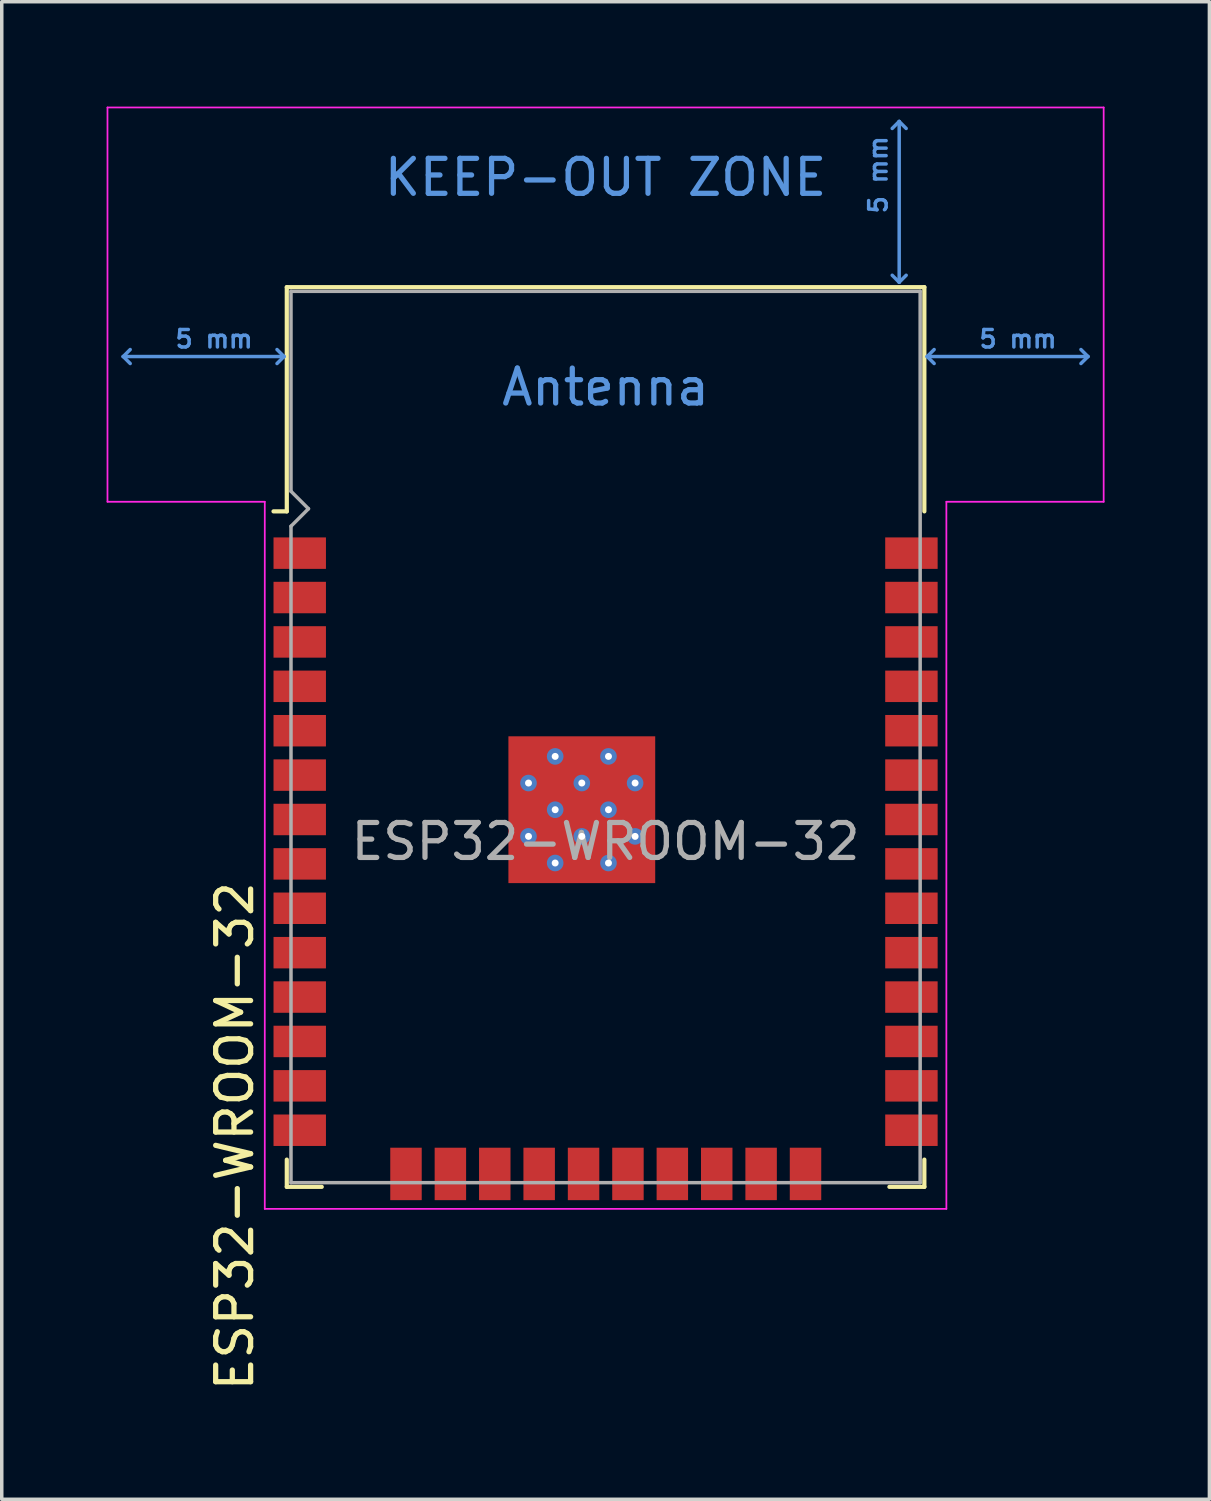
<source format=kicad_pcb>
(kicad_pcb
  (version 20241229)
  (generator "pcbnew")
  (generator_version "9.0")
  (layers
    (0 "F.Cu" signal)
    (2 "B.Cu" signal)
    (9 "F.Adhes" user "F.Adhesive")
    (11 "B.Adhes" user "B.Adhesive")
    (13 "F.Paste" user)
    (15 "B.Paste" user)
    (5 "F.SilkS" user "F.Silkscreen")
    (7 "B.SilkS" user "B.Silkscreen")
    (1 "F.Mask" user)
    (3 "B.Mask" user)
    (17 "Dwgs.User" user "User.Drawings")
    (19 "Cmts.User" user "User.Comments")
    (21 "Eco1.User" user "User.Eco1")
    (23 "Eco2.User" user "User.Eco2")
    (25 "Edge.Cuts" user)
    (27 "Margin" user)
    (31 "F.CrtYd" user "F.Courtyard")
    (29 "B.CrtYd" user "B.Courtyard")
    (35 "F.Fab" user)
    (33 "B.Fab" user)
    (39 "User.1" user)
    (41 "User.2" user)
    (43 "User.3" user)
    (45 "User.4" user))
  (footprint "ESP32-WROOM-32"
    (layer "F.Cu")
    (at 14.275 21.025)
    (property "Reference" "ESP32-WROOM-32" (at -10.61 8.43 90) (layer "F.SilkS") (effects (font (size 1 1) (thickness 0.15))))
    (attr smd)
    (fp_line (start -9.12 -15.86) (end -9.12 -9.445) (stroke (width 0.12) (type solid)) (layer "F.SilkS"))
    (fp_line (start -9.12 -15.86) (end 9.12 -15.86) (stroke (width 0.12) (type solid)) (layer "F.SilkS"))
    (fp_line (start -9.12 -9.445) (end -9.5 -9.445) (stroke (width 0.12) (type solid)) (layer "F.SilkS"))
    (fp_line (start -9.12 9.1) (end -9.12 9.88) (stroke (width 0.12) (type solid)) (layer "F.SilkS"))
    (fp_line (start -9.12 9.88) (end -8.12 9.88) (stroke (width 0.12) (type solid)) (layer "F.SilkS"))
    (fp_line (start 9.12 -15.86) (end 9.12 -9.445) (stroke (width 0.12) (type solid)) (layer "F.SilkS"))
    (fp_line (start 9.12 9.1) (end 9.12 9.88) (stroke (width 0.12) (type solid)) (layer "F.SilkS"))
    (fp_line (start 9.12 9.88) (end 8.12 9.88) (stroke (width 0.12) (type solid)) (layer "F.SilkS"))
    (fp_line (start -13.8 -13.875) (end -13.6 -14.075) (stroke (width 0.1) (type solid)) (layer "Cmts.User"))
    (fp_line (start -13.8 -13.875) (end -13.6 -13.675) (stroke (width 0.1) (type solid)) (layer "Cmts.User"))
    (fp_line (start -13.8 -13.875) (end -9.2 -13.875) (stroke (width 0.1) (type solid)) (layer "Cmts.User"))
    (fp_line (start -9.2 -13.875) (end -9.4 -14.075) (stroke (width 0.1) (type solid)) (layer "Cmts.User"))
    (fp_line (start -9.2 -13.875) (end -9.4 -13.675) (stroke (width 0.1) (type solid)) (layer "Cmts.User"))
    (fp_line (start 8.4 -20.6) (end 8.2 -20.4) (stroke (width 0.1) (type solid)) (layer "Cmts.User"))
    (fp_line (start 8.4 -20.6) (end 8.6 -20.4) (stroke (width 0.1) (type solid)) (layer "Cmts.User"))
    (fp_line (start 8.4 -16) (end 8.2 -16.2) (stroke (width 0.1) (type solid)) (layer "Cmts.User"))
    (fp_line (start 8.4 -16) (end 8.4 -20.6) (stroke (width 0.1) (type solid)) (layer "Cmts.User"))
    (fp_line (start 8.4 -16) (end 8.6 -16.2) (stroke (width 0.1) (type solid)) (layer "Cmts.User"))
    (fp_line (start 9.2 -13.875) (end 9.4 -14.075) (stroke (width 0.1) (type solid)) (layer "Cmts.User"))
    (fp_line (start 9.2 -13.875) (end 9.4 -13.675) (stroke (width 0.1) (type solid)) (layer "Cmts.User"))
    (fp_line (start 9.2 -13.875) (end 13.8 -13.875) (stroke (width 0.1) (type solid)) (layer "Cmts.User"))
    (fp_line (start 13.8 -13.875) (end 13.6 -14.075) (stroke (width 0.1) (type solid)) (layer "Cmts.User"))
    (fp_line (start 13.8 -13.875) (end 13.6 -13.675) (stroke (width 0.1) (type solid)) (layer "Cmts.User"))
    (fp_line (start -14.25 -21) (end -14.25 -9.72) (stroke (width 0.05) (type solid)) (layer "F.CrtYd"))
    (fp_line (start -14.25 -21) (end 14.25 -21) (stroke (width 0.05) (type solid)) (layer "F.CrtYd"))
    (fp_line (start -14.25 -9.72) (end -9.75 -9.72) (stroke (width 0.05) (type solid)) (layer "F.CrtYd"))
    (fp_line (start -9.75 10.51) (end -9.75 -9.72) (stroke (width 0.05) (type solid)) (layer "F.CrtYd"))
    (fp_line (start -9.75 10.51) (end 9.75 10.51) (stroke (width 0.05) (type solid)) (layer "F.CrtYd"))
    (fp_line (start 9.75 -9.72) (end 9.75 10.51) (stroke (width 0.05) (type solid)) (layer "F.CrtYd"))
    (fp_line (start 9.75 -9.72) (end 14.25 -9.72) (stroke (width 0.05) (type solid)) (layer "F.CrtYd"))
    (fp_line (start 14.25 -21) (end 14.25 -9.72) (stroke (width 0.05) (type solid)) (layer "F.CrtYd"))
    (fp_line (start -9 -15.74) (end -9 -10.02) (stroke (width 0.1) (type solid)) (layer "F.Fab"))
    (fp_line (start -9 -15.74) (end 9 -15.74) (stroke (width 0.1) (type solid)) (layer "F.Fab"))
    (fp_line (start -9 -9.02) (end -9 9.76) (stroke (width 0.1) (type solid)) (layer "F.Fab"))
    (fp_line (start -9 -9.02) (end -8.5 -9.52) (stroke (width 0.1) (type solid)) (layer "F.Fab"))
    (fp_line (start -9 9.76) (end 9 9.76) (stroke (width 0.1) (type solid)) (layer "F.Fab"))
    (fp_line (start -8.5 -9.52) (end -9 -10.02) (stroke (width 0.1) (type solid)) (layer "F.Fab"))
    (fp_line (start 9 9.76) (end 9 -15.74) (stroke (width 0.1) (type solid)) (layer "F.Fab"))
    (fp_text user "5 mm" (at 7.8 -19.075 90) (layer "Cmts.User") (effects (font (size 0.5 0.5) (thickness 0.1))))
    (fp_text user "Antenna" (at 0 -13 0) (layer "Cmts.User") (effects (font (size 1 1) (thickness 0.15))))
    (fp_text user "5 mm" (at 11.8 -14.375 0) (layer "Cmts.User") (effects (font (size 0.5 0.5) (thickness 0.1))))
    (fp_text user "KEEP-OUT ZONE" (at 0 -19 0) (layer "Cmts.User") (effects (font (size 1 1) (thickness 0.15))))
    (fp_text user "5 mm" (at -11.2 -14.375 0) (layer "Cmts.User") (effects (font (size 0.5 0.5) (thickness 0.1))))
    (fp_text user "${REFERENCE}" (at 0 0 0) (layer "F.Fab") (effects (font (size 1 1) (thickness 0.15))))
    (pad "1" smd rect (at -8.75 -8.25) (size 1.5 0.9) (layers "F.Cu" "F.Mask" "F.Paste"))
    (pad "2" smd rect (at -8.75 -6.98) (size 1.5 0.9) (layers "F.Cu" "F.Mask" "F.Paste"))
    (pad "3" smd rect (at -8.75 -5.71) (size 1.5 0.9) (layers "F.Cu" "F.Mask" "F.Paste"))
    (pad "4" smd rect (at -8.75 -4.44) (size 1.5 0.9) (layers "F.Cu" "F.Mask" "F.Paste"))
    (pad "5" smd rect (at -8.75 -3.17) (size 1.5 0.9) (layers "F.Cu" "F.Mask" "F.Paste"))
    (pad "6" smd rect (at -8.75 -1.9) (size 1.5 0.9) (layers "F.Cu" "F.Mask" "F.Paste"))
    (pad "7" smd rect (at -8.75 -0.63) (size 1.5 0.9) (layers "F.Cu" "F.Mask" "F.Paste"))
    (pad "8" smd rect (at -8.75 0.64) (size 1.5 0.9) (layers "F.Cu" "F.Mask" "F.Paste"))
    (pad "9" smd rect (at -8.75 1.91) (size 1.5 0.9) (layers "F.Cu" "F.Mask" "F.Paste"))
    (pad "10" smd rect (at -8.75 3.18) (size 1.5 0.9) (layers "F.Cu" "F.Mask" "F.Paste"))
    (pad "11" smd rect (at -8.75 4.45) (size 1.5 0.9) (layers "F.Cu" "F.Mask" "F.Paste"))
    (pad "12" smd rect (at -8.75 5.72) (size 1.5 0.9) (layers "F.Cu" "F.Mask" "F.Paste"))
    (pad "13" smd rect (at -8.75 6.99) (size 1.5 0.9) (layers "F.Cu" "F.Mask" "F.Paste"))
    (pad "14" smd rect (at -8.75 8.26) (size 1.5 0.9) (layers "F.Cu" "F.Mask" "F.Paste"))
    (pad "15" smd rect (at -5.71 9.51 90) (size 1.5 0.9) (layers "F.Cu" "F.Mask" "F.Paste"))
    (pad "16" smd rect (at -4.44 9.51 90) (size 1.5 0.9) (layers "F.Cu" "F.Mask" "F.Paste"))
    (pad "17" smd rect (at -3.17 9.51 90) (size 1.5 0.9) (layers "F.Cu" "F.Mask" "F.Paste"))
    (pad "18" smd rect (at -1.9 9.51 90) (size 1.5 0.9) (layers "F.Cu" "F.Mask" "F.Paste"))
    (pad "19" smd rect (at -0.63 9.51 90) (size 1.5 0.9) (layers "F.Cu" "F.Mask" "F.Paste"))
    (pad "20" smd rect (at 0.64 9.51 90) (size 1.5 0.9) (layers "F.Cu" "F.Mask" "F.Paste"))
    (pad "21" smd rect (at 1.91 9.51 90) (size 1.5 0.9) (layers "F.Cu" "F.Mask" "F.Paste"))
    (pad "22" smd rect (at 3.18 9.51 90) (size 1.5 0.9) (layers "F.Cu" "F.Mask" "F.Paste"))
    (pad "23" smd rect (at 4.45 9.51 90) (size 1.5 0.9) (layers "F.Cu" "F.Mask" "F.Paste"))
    (pad "24" smd rect (at 5.72 9.51 90) (size 1.5 0.9) (layers "F.Cu" "F.Mask" "F.Paste"))
    (pad "25" smd rect (at 8.75 8.26) (size 1.5 0.9) (layers "F.Cu" "F.Mask" "F.Paste"))
    (pad "26" smd rect (at 8.75 6.99) (size 1.5 0.9) (layers "F.Cu" "F.Mask" "F.Paste"))
    (pad "27" smd rect (at 8.75 5.72) (size 1.5 0.9) (layers "F.Cu" "F.Mask" "F.Paste"))
    (pad "28" smd rect (at 8.75 4.45) (size 1.5 0.9) (layers "F.Cu" "F.Mask" "F.Paste"))
    (pad "29" smd rect (at 8.75 3.18) (size 1.5 0.9) (layers "F.Cu" "F.Mask" "F.Paste"))
    (pad "30" smd rect (at 8.75 1.91) (size 1.5 0.9) (layers "F.Cu" "F.Mask" "F.Paste"))
    (pad "31" smd rect (at 8.75 0.64) (size 1.5 0.9) (layers "F.Cu" "F.Mask" "F.Paste"))
    (pad "32" smd rect (at 8.75 -0.63) (size 1.5 0.9) (layers "F.Cu" "F.Mask" "F.Paste"))
    (pad "33" smd rect (at 8.75 -1.9) (size 1.5 0.9) (layers "F.Cu" "F.Mask" "F.Paste"))
    (pad "34" smd rect (at 8.75 -3.17) (size 1.5 0.9) (layers "F.Cu" "F.Mask" "F.Paste"))
    (pad "35" smd rect (at 8.75 -4.44) (size 1.5 0.9) (layers "F.Cu" "F.Mask" "F.Paste"))
    (pad "36" smd rect (at 8.75 -5.71) (size 1.5 0.9) (layers "F.Cu" "F.Mask" "F.Paste"))
    (pad "37" smd rect (at 8.75 -6.98) (size 1.5 0.9) (layers "F.Cu" "F.Mask" "F.Paste"))
    (pad "38" smd rect (at 8.75 -8.25) (size 1.5 0.9) (layers "F.Cu" "F.Mask" "F.Paste"))
    (pad "39" smd rect (at -2.205 -2.435) (size 1.05 1.05) (layers "F.Cu" "F.Paste"))
    (pad "39" thru_hole circle (at -2.205 -1.673) (size 0.475 0.475) (drill 0.2) (layers "*.Cu" "F.Mask"))
    (pad "39" smd rect (at -2.205 -0.91) (size 1.05 1.05) (layers "F.Cu" "F.Paste"))
    (pad "39" thru_hole circle (at -2.205 -0.147) (size 0.475 0.475) (drill 0.2) (layers "*.Cu" "F.Mask"))
    (pad "39" smd rect (at -2.205 0.615) (size 1.05 1.05) (layers "F.Cu" "F.Paste"))
    (pad "39" thru_hole circle (at -1.442 -2.435) (size 0.475 0.475) (drill 0.2) (layers "*.Cu" "F.Mask"))
    (pad "39" thru_hole circle (at -1.442 -0.91) (size 0.475 0.475) (drill 0.2) (layers "*.Cu" "F.Mask"))
    (pad "39" thru_hole circle (at -1.442 0.615) (size 0.475 0.475) (drill 0.2) (layers "*.Cu" "F.Mask"))
    (pad "39" smd rect (at -0.68 -2.435) (size 1.05 1.05) (layers "F.Cu" "F.Paste"))
    (pad "39" thru_hole circle (at -0.68 -1.673) (size 0.475 0.475) (drill 0.2) (layers "*.Cu" "F.Mask"))
    (pad "39" smd rect (at -0.68 -0.91) (size 1.05 1.05) (layers "F.Cu" "F.Paste"))
    (pad "39" smd rect (at -0.68 -0.91) (size 4.2 4.2) (layers "F.Cu" "F.Mask"))
    (pad "39" thru_hole circle (at -0.68 -0.147) (size 0.475 0.475) (drill 0.2) (layers "*.Cu" "F.Mask"))
    (pad "39" smd rect (at -0.68 0.615) (size 1.05 1.05) (layers "F.Cu" "F.Paste"))
    (pad "39" thru_hole circle (at 0.083 -2.435) (size 0.475 0.475) (drill 0.2) (layers "*.Cu" "F.Mask"))
    (pad "39" thru_hole circle (at 0.083 -0.91) (size 0.475 0.475) (drill 0.2) (layers "*.Cu" "F.Mask"))
    (pad "39" thru_hole circle (at 0.083 0.615) (size 0.475 0.475) (drill 0.2) (layers "*.Cu" "F.Mask"))
    (pad "39" smd rect (at 0.845 -2.435) (size 1.05 1.05) (layers "F.Cu" "F.Paste"))
    (pad "39" thru_hole circle (at 0.845 -1.673) (size 0.475 0.475) (drill 0.2) (layers "*.Cu" "F.Mask"))
    (pad "39" smd rect (at 0.845 -0.91) (size 1.05 1.05) (layers "F.Cu" "F.Paste"))
    (pad "39" thru_hole circle (at 0.845 -0.147) (size 0.475 0.475) (drill 0.2) (layers "*.Cu" "F.Mask"))
    (pad "39" smd rect (at 0.845 0.615) (size 1.05 1.05) (layers "F.Cu" "F.Paste"))
    (zone (net_name "") (layers "F.Cu" "B.Cu") (hatch full 0.508) (connect_pads) (min_thickness 0.254) (filled_areas_thickness no) (keepout (tracks not_allowed) (vias not_allowed) (pads not_allowed) (copperpour not_allowed) (footprints not_allowed)) (placement (enabled no)) (fill) (polygon (pts (xy 0.275 11.055) (xy 28.275 11.055) (xy 28.275 0.275) (xy 0.275 0.275)))))
  (gr_rect
    (start -3 -3)
    (end 31.55 39.842)
    (stroke (width 0.1) (type default))
    (fill no)
    (layer "Edge.Cuts")))
</source>
